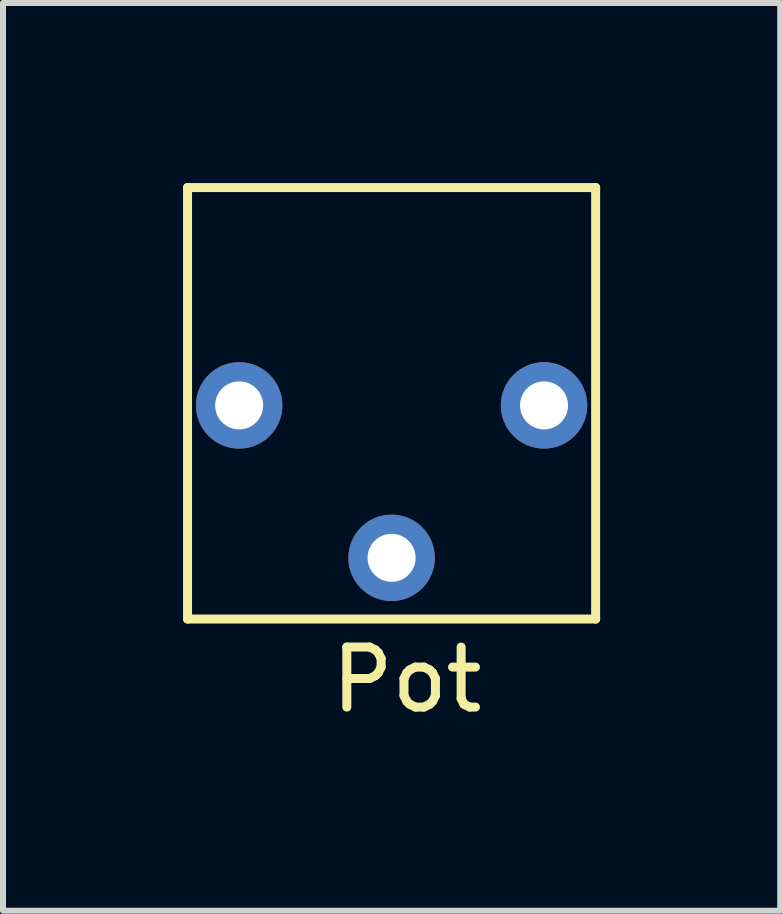
<source format=kicad_pcb>
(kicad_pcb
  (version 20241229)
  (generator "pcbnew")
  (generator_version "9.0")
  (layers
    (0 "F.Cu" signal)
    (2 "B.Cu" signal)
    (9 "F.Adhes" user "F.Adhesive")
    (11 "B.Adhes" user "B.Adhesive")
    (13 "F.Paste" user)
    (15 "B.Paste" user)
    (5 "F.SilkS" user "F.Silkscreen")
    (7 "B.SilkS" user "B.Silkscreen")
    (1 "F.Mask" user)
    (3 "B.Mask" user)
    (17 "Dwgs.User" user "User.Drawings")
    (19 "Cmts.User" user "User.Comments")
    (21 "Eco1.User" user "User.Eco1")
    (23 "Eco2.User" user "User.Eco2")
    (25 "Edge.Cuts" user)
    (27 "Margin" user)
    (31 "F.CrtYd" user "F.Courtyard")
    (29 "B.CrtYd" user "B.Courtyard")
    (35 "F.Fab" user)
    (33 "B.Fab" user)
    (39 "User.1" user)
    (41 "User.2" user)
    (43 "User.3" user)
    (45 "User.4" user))
  (footprint "Pot"
    (layer "F.Cu")
    (at 0.935 3.705)
    (property "Reference" "Pot" (at 2.794 4.572 0) (layer "F.SilkS") (effects (font (size 1 1) (thickness 0.15))))
    (attr through_hole)
    (fp_line (start -0.86 -3.63) (end 5.94 -3.63) (stroke (width 0.15) (type solid)) (layer "F.SilkS"))
    (fp_line (start -0.86 3.56) (end -0.86 -3.63) (stroke (width 0.15) (type solid)) (layer "F.SilkS"))
    (fp_line (start 5.94 -3.63) (end 5.94 3.56) (stroke (width 0.15) (type solid)) (layer "F.SilkS"))
    (fp_line (start 5.94 3.56) (end -0.86 3.56) (stroke (width 0.15) (type solid)) (layer "F.SilkS"))
    (pad "1" thru_hole circle (at 0 0) (size 1.44 1.44) (drill 0.8) (layers "*.Cu" "*.Mask"))
    (pad "2" thru_hole circle (at 2.54 2.54) (size 1.44 1.44) (drill 0.8) (layers "*.Cu" "*.Mask"))
    (pad "3" thru_hole circle (at 5.08 0) (size 1.44 1.44) (drill 0.8) (layers "*.Cu" "*.Mask")))
  (gr_rect
    (start -3 -3)
    (end 9.95 12.125)
    (stroke (width 0.1) (type default))
    (fill no)
    (layer "Edge.Cuts")))
</source>
